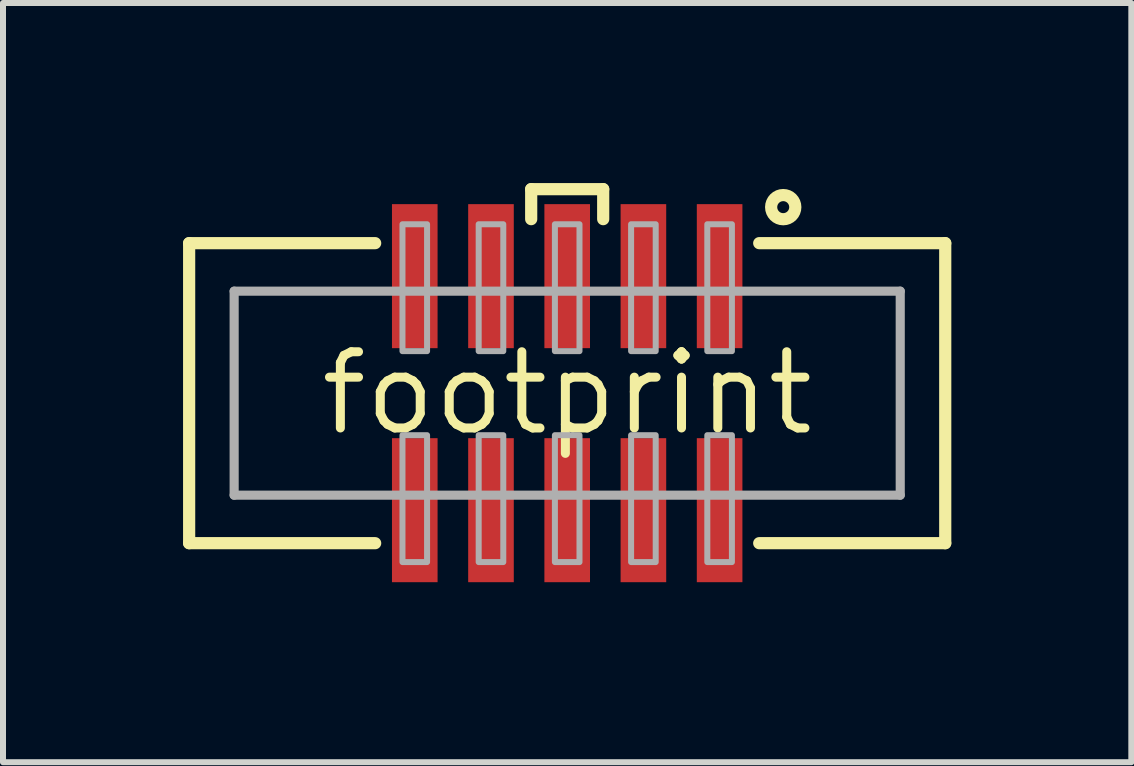
<source format=kicad_pcb>
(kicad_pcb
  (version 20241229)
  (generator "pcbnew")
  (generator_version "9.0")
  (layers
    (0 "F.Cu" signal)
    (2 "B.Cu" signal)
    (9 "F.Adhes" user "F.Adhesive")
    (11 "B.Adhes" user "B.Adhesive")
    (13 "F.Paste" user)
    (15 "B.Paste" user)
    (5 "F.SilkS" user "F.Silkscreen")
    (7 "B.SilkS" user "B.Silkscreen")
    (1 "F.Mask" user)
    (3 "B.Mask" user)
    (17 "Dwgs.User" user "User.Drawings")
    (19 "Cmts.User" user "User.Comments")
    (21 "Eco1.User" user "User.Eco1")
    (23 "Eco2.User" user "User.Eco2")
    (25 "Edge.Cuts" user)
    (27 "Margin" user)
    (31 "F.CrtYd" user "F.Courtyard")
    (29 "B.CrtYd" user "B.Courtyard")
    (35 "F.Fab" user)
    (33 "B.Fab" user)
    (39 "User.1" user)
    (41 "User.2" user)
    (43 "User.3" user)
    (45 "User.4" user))
  (footprint "footprint"
    (layer "F.Cu")
    (at 6.402 3.502)
    (property "Reference" "footprint" (at 0 0 0) (layer "F.SilkS") (effects (font (size 1.27 1.27) (thickness 0.15))))
    (fp_line (start -6.3 -2.5) (end -6.3 2.5) (stroke (width 0.203) (type solid)) (layer "F.SilkS"))
    (fp_line (start -6.3 2.5) (end -3.2 2.5) (stroke (width 0.203) (type solid)) (layer "F.SilkS"))
    (fp_line (start -3.2 -2.5) (end -6.3 -2.5) (stroke (width 0.203) (type solid)) (layer "F.SilkS"))
    (fp_line (start -0.6 -3.4) (end -0.6 -2.9) (stroke (width 0.203) (type solid)) (layer "F.SilkS"))
    (fp_line (start 0.6 -3.4) (end -0.6 -3.4) (stroke (width 0.203) (type solid)) (layer "F.SilkS"))
    (fp_line (start 0.6 -2.9) (end 0.6 -3.4) (stroke (width 0.203) (type solid)) (layer "F.SilkS"))
    (fp_line (start 3.2 2.5) (end 6.3 2.5) (stroke (width 0.203) (type solid)) (layer "F.SilkS"))
    (fp_line (start 6.3 -2.5) (end 3.2 -2.5) (stroke (width 0.203) (type solid)) (layer "F.SilkS"))
    (fp_line (start 6.3 2.5) (end 6.3 -2.5) (stroke (width 0.203) (type solid)) (layer "F.SilkS"))
    (fp_circle (center 3.6 -3.1) (end 3.7 -3.1) (stroke (width 0.203) (type solid)) (fill no) (layer "F.SilkS"))
    (fp_line (start -5.55 -1.7) (end 5.55 -1.7) (stroke (width 0.152) (type solid)) (layer "F.Fab"))
    (fp_line (start -5.55 1.7) (end -5.55 -1.7) (stroke (width 0.152) (type solid)) (layer "F.Fab"))
    (fp_line (start 5.55 -1.7) (end 5.55 1.7) (stroke (width 0.152) (type solid)) (layer "F.Fab"))
    (fp_line (start 5.55 1.7) (end -5.55 1.7) (stroke (width 0.152) (type solid)) (layer "F.Fab"))
    (fp_poly (pts (xy -2.745 0.7) (xy -2.745 2.815) (xy -2.335 2.815) (xy -2.335 0.7)) (stroke (width 0.1) (type solid)) (fill no) (layer "F.Fab"))
    (fp_poly (pts (xy -2.335 -0.7) (xy -2.335 -2.815) (xy -2.745 -2.815) (xy -2.745 -0.7)) (stroke (width 0.1) (type solid)) (fill no) (layer "F.Fab"))
    (fp_poly (pts (xy -1.475 0.7) (xy -1.475 2.815) (xy -1.065 2.815) (xy -1.065 0.7)) (stroke (width 0.1) (type solid)) (fill no) (layer "F.Fab"))
    (fp_poly (pts (xy -1.065 -0.7) (xy -1.065 -2.815) (xy -1.475 -2.815) (xy -1.475 -0.7)) (stroke (width 0.1) (type solid)) (fill no) (layer "F.Fab"))
    (fp_poly (pts (xy -0.205 0.7) (xy -0.205 2.815) (xy 0.205 2.815) (xy 0.205 0.7)) (stroke (width 0.1) (type solid)) (fill no) (layer "F.Fab"))
    (fp_poly (pts (xy 0.205 -0.7) (xy 0.205 -2.815) (xy -0.205 -2.815) (xy -0.205 -0.7)) (stroke (width 0.1) (type solid)) (fill no) (layer "F.Fab"))
    (fp_poly (pts (xy 1.065 0.7) (xy 1.065 2.815) (xy 1.475 2.815) (xy 1.475 0.7)) (stroke (width 0.1) (type solid)) (fill no) (layer "F.Fab"))
    (fp_poly (pts (xy 1.475 -0.7) (xy 1.475 -2.815) (xy 1.065 -2.815) (xy 1.065 -0.7)) (stroke (width 0.1) (type solid)) (fill no) (layer "F.Fab"))
    (fp_poly (pts (xy 2.335 0.7) (xy 2.335 2.815) (xy 2.745 2.815) (xy 2.745 0.7)) (stroke (width 0.1) (type solid)) (fill no) (layer "F.Fab"))
    (fp_poly (pts (xy 2.745 -0.7) (xy 2.745 -2.815) (xy 2.335 -2.815) (xy 2.335 -0.7)) (stroke (width 0.1) (type solid)) (fill no) (layer "F.Fab"))
    (pad "1" smd rect (at 2.54 -1.95 180) (size 0.76 2.4) (layers "F.Cu" "F.Mask" "F.Paste"))
    (pad "2" smd rect (at 2.54 1.95 180) (size 0.76 2.4) (layers "F.Cu" "F.Mask" "F.Paste"))
    (pad "3" smd rect (at 1.27 -1.95 180) (size 0.76 2.4) (layers "F.Cu" "F.Mask" "F.Paste"))
    (pad "4" smd rect (at 1.27 1.95 180) (size 0.76 2.4) (layers "F.Cu" "F.Mask" "F.Paste"))
    (pad "5" smd rect (at 0 -1.95 180) (size 0.76 2.4) (layers "F.Cu" "F.Mask" "F.Paste"))
    (pad "6" smd rect (at 0 1.95 180) (size 0.76 2.4) (layers "F.Cu" "F.Mask" "F.Paste"))
    (pad "7" smd rect (at -1.27 -1.95 180) (size 0.76 2.4) (layers "F.Cu" "F.Mask" "F.Paste"))
    (pad "8" smd rect (at -1.27 1.95 180) (size 0.76 2.4) (layers "F.Cu" "F.Mask" "F.Paste"))
    (pad "9" smd rect (at -2.54 -1.95 180) (size 0.76 2.4) (layers "F.Cu" "F.Mask" "F.Paste"))
    (pad "10" smd rect (at -2.54 1.95 180) (size 0.76 2.4) (layers "F.Cu" "F.Mask" "F.Paste")))
  (gr_rect
    (start -3 -3)
    (end 15.803 9.652)
    (stroke (width 0.1) (type default))
    (fill no)
    (layer "Edge.Cuts")))
</source>
